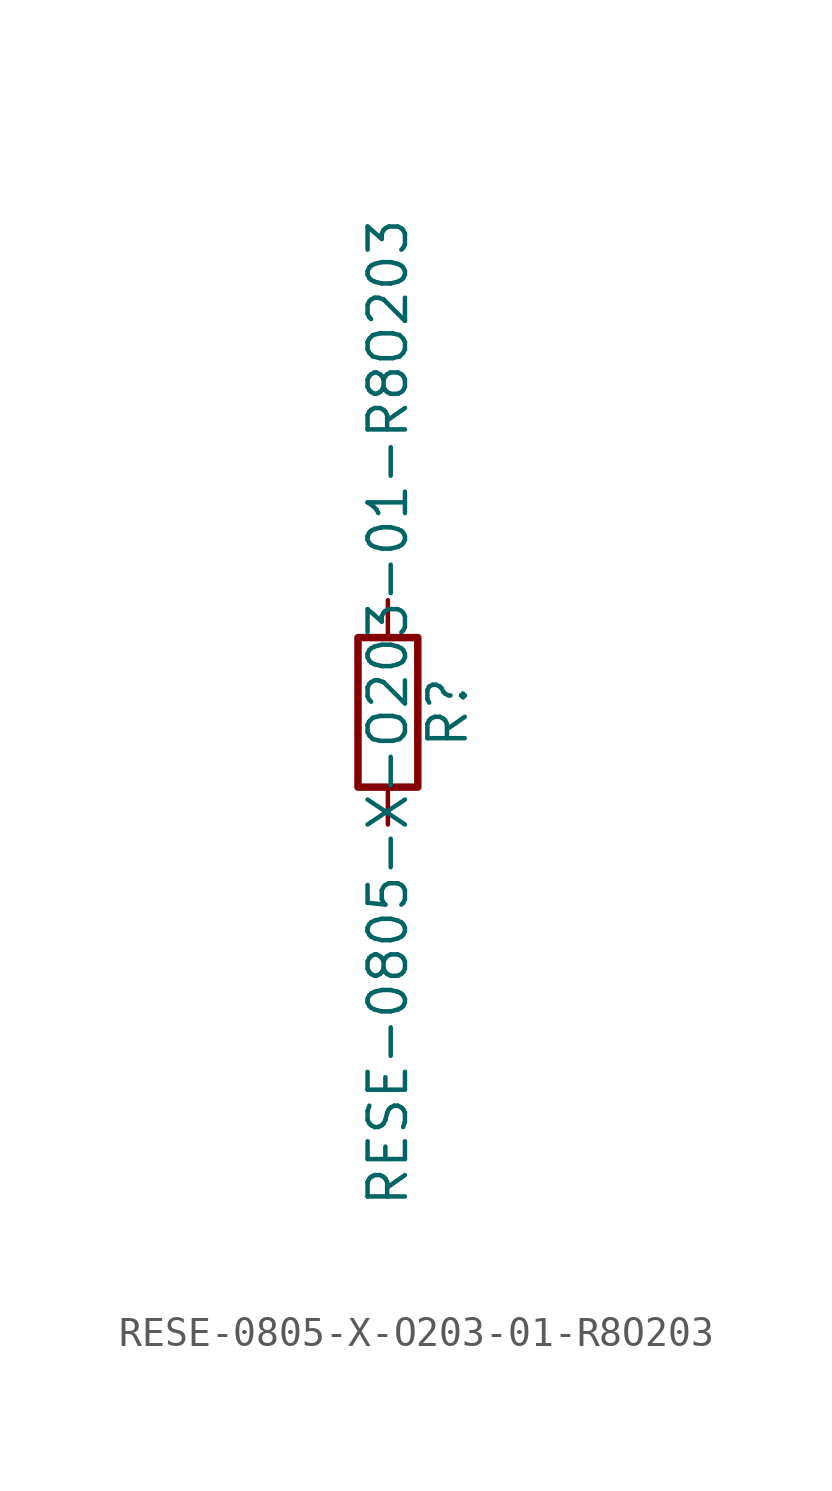
<source format=kicad_sym>
(kicad_symbol_lib
  (version 20211014)
  (generator kicad_symbol_editor)
  (symbol "RESE-0805-X-O203-01-R8O203"
    (pin_numbers hide)
    (pin_names
      (offset 0))
    (property "Reference" "R"
      (at 2.032 0 90)
      (effects (font (size 1.27 1.27))))
    (property "Value" "RESE-0805-X-O203-01-R8O203"
      (at 0 0 90)
      (effects (font (size 1.27 1.27))))
    (symbol "RESE-0805-X-O203-01-R8O203_0_1"
      (rectangle (start -1.016 -2.54) (end 1.016 2.54) (stroke (width 0.254) (type default) (color 0 0 0 0)) (fill (type none))))
    (symbol "RESE-0805-X-O203-01-R8O203_1_1"
      (pin passive line (at 0 3.81 270) (length 1.27) (name "~" (effects (font (size 1.27 1.27)))) (number "1" (effects (font (size 1.27 1.27)))))
      (pin passive line (at 0 -3.81 90) (length 1.27) (name "~" (effects (font (size 1.27 1.27)))) (number "2" (effects (font (size 1.27 1.27))))))))
</source>
